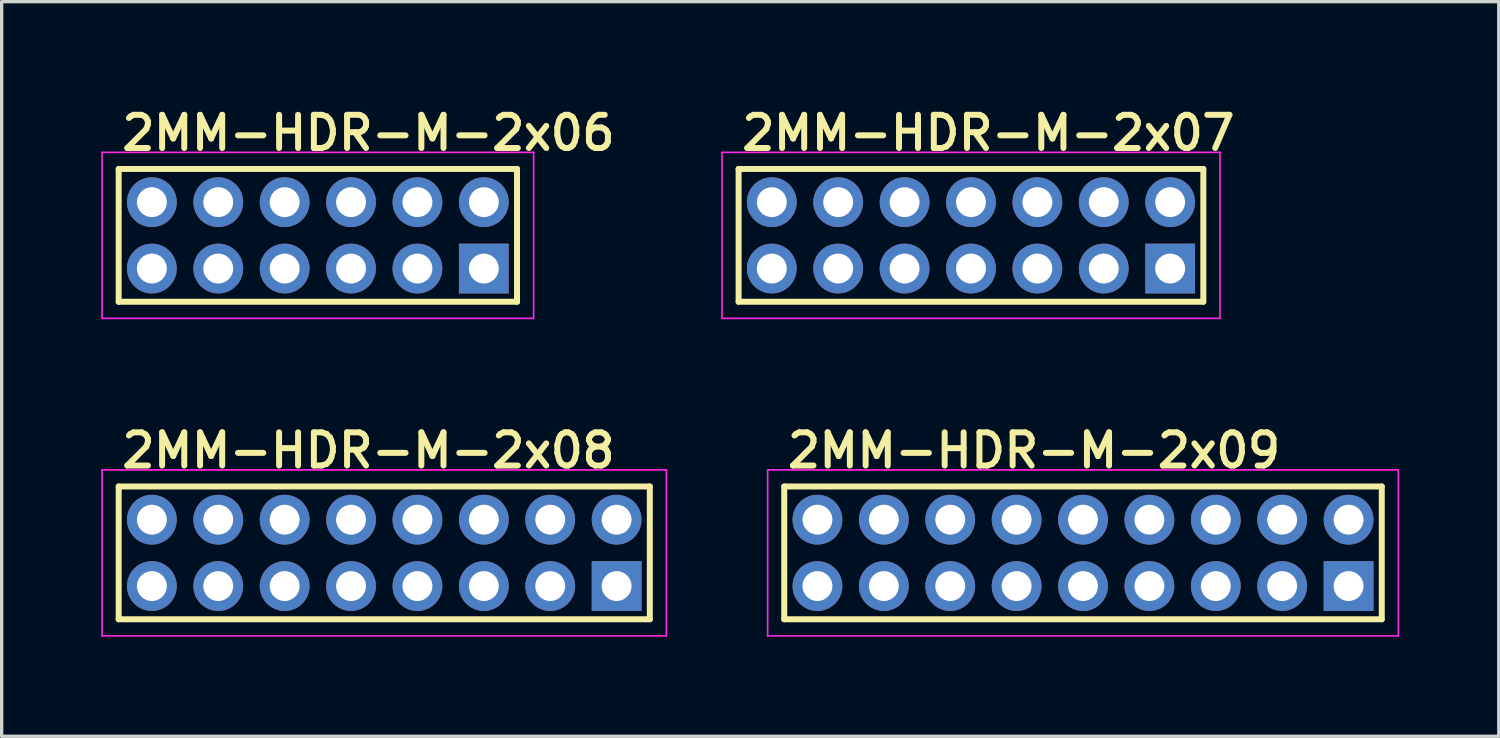
<source format=kicad_pcb>
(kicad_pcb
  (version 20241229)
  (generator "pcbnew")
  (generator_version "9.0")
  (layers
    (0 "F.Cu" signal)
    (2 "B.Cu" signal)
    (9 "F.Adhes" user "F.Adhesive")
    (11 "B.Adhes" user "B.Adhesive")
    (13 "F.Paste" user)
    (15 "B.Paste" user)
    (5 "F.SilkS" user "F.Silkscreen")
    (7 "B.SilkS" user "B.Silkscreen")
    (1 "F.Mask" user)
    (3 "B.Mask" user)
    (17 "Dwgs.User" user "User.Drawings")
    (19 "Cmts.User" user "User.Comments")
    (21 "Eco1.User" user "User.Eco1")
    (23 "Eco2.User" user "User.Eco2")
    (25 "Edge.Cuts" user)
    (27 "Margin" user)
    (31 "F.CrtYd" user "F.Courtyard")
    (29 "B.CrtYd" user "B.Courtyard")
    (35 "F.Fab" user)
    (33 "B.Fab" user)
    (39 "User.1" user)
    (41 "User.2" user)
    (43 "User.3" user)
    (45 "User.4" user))
  (footprint "2MM-HDR-M-2x08"
    (layer "F.Cu")
    (at 8.525 13.605)
    (property "Reference" "2MM-HDR-M-2x08" (at -8 -2.5 0) (layer "F.SilkS") (effects (font (size 1 1) (thickness 0.18)) (justify left bottom)))
    (attr through_hole)
    (fp_line (start -8 -2) (end 8 -2) (stroke (width 0.18) (type solid)) (layer "F.SilkS"))
    (fp_line (start -8 2) (end -8 -2) (stroke (width 0.18) (type solid)) (layer "F.SilkS"))
    (fp_line (start 8 -2) (end 8 2) (stroke (width 0.18) (type solid)) (layer "F.SilkS"))
    (fp_line (start 8 2) (end -8 2) (stroke (width 0.18) (type solid)) (layer "F.SilkS"))
    (fp_line (start -8.5 -2.5) (end 8.5 -2.5) (stroke (width 0.05) (type solid)) (layer "F.CrtYd"))
    (fp_line (start -8.5 2.5) (end -8.5 -2.5) (stroke (width 0.05) (type solid)) (layer "F.CrtYd"))
    (fp_line (start 8.5 -2.5) (end 8.5 2.5) (stroke (width 0.05) (type solid)) (layer "F.CrtYd"))
    (fp_line (start 8.5 2.5) (end -8.5 2.5) (stroke (width 0.05) (type solid)) (layer "F.CrtYd"))
    (pad "1" thru_hole rect (at 7 1) (size 1.5 1.5) (drill 0.9) (layers "*.Cu" "*.Mask"))
    (pad "2" thru_hole circle (at 7 -1) (size 1.5 1.5) (drill 0.9) (layers "*.Cu" "*.Mask"))
    (pad "3" thru_hole circle (at 5 1) (size 1.5 1.5) (drill 0.9) (layers "*.Cu" "*.Mask"))
    (pad "4" thru_hole circle (at 5 -1) (size 1.5 1.5) (drill 0.9) (layers "*.Cu" "*.Mask"))
    (pad "5" thru_hole circle (at 3 1) (size 1.5 1.5) (drill 0.9) (layers "*.Cu" "*.Mask"))
    (pad "6" thru_hole circle (at 3 -1) (size 1.5 1.5) (drill 0.9) (layers "*.Cu" "*.Mask"))
    (pad "7" thru_hole circle (at 1 1) (size 1.5 1.5) (drill 0.9) (layers "*.Cu" "*.Mask"))
    (pad "8" thru_hole circle (at 1 -1) (size 1.5 1.5) (drill 0.9) (layers "*.Cu" "*.Mask"))
    (pad "9" thru_hole circle (at -1 1) (size 1.5 1.5) (drill 0.9) (layers "*.Cu" "*.Mask"))
    (pad "10" thru_hole circle (at -1 -1) (size 1.5 1.5) (drill 0.9) (layers "*.Cu" "*.Mask"))
    (pad "11" thru_hole circle (at -3 1) (size 1.5 1.5) (drill 0.9) (layers "*.Cu" "*.Mask"))
    (pad "12" thru_hole circle (at -3 -1) (size 1.5 1.5) (drill 0.9) (layers "*.Cu" "*.Mask"))
    (pad "13" thru_hole circle (at -5 1) (size 1.5 1.5) (drill 0.9) (layers "*.Cu" "*.Mask"))
    (pad "14" thru_hole circle (at -5 -1) (size 1.5 1.5) (drill 0.9) (layers "*.Cu" "*.Mask"))
    (pad "15" thru_hole circle (at -7 1) (size 1.5 1.5) (drill 0.9) (layers "*.Cu" "*.Mask"))
    (pad "16" thru_hole circle (at -7 -1) (size 1.5 1.5) (drill 0.9) (layers "*.Cu" "*.Mask")))
  (footprint "2MM-HDR-M-2x06"
    (layer "F.Cu")
    (at 6.525 4.04)
    (property "Reference" "2MM-HDR-M-2x06" (at -6 -2.5 0) (layer "F.SilkS") (effects (font (size 1 1) (thickness 0.18)) (justify left bottom)))
    (attr through_hole)
    (fp_line (start -6 -2) (end 6 -2) (stroke (width 0.18) (type solid)) (layer "F.SilkS"))
    (fp_line (start -6 2) (end -6 -2) (stroke (width 0.18) (type solid)) (layer "F.SilkS"))
    (fp_line (start 6 -2) (end 6 2) (stroke (width 0.18) (type solid)) (layer "F.SilkS"))
    (fp_line (start 6 2) (end -6 2) (stroke (width 0.18) (type solid)) (layer "F.SilkS"))
    (fp_line (start -6.5 -2.5) (end 6.5 -2.5) (stroke (width 0.05) (type solid)) (layer "F.CrtYd"))
    (fp_line (start -6.5 2.5) (end -6.5 -2.5) (stroke (width 0.05) (type solid)) (layer "F.CrtYd"))
    (fp_line (start 6.5 -2.5) (end 6.5 2.5) (stroke (width 0.05) (type solid)) (layer "F.CrtYd"))
    (fp_line (start 6.5 2.5) (end -6.5 2.5) (stroke (width 0.05) (type solid)) (layer "F.CrtYd"))
    (pad "1" thru_hole rect (at 5 1) (size 1.5 1.5) (drill 0.9) (layers "*.Cu" "*.Mask"))
    (pad "2" thru_hole circle (at 5 -1) (size 1.5 1.5) (drill 0.9) (layers "*.Cu" "*.Mask"))
    (pad "3" thru_hole circle (at 3 1) (size 1.5 1.5) (drill 0.9) (layers "*.Cu" "*.Mask"))
    (pad "4" thru_hole circle (at 3 -1) (size 1.5 1.5) (drill 0.9) (layers "*.Cu" "*.Mask"))
    (pad "5" thru_hole circle (at 1 1) (size 1.5 1.5) (drill 0.9) (layers "*.Cu" "*.Mask"))
    (pad "6" thru_hole circle (at 1 -1) (size 1.5 1.5) (drill 0.9) (layers "*.Cu" "*.Mask"))
    (pad "7" thru_hole circle (at -1 1) (size 1.5 1.5) (drill 0.9) (layers "*.Cu" "*.Mask"))
    (pad "8" thru_hole circle (at -1 -1) (size 1.5 1.5) (drill 0.9) (layers "*.Cu" "*.Mask"))
    (pad "9" thru_hole circle (at -3 1) (size 1.5 1.5) (drill 0.9) (layers "*.Cu" "*.Mask"))
    (pad "10" thru_hole circle (at -3 -1) (size 1.5 1.5) (drill 0.9) (layers "*.Cu" "*.Mask"))
    (pad "11" thru_hole circle (at -5 1) (size 1.5 1.5) (drill 0.9) (layers "*.Cu" "*.Mask"))
    (pad "12" thru_hole circle (at -5 -1) (size 1.5 1.5) (drill 0.9) (layers "*.Cu" "*.Mask")))
  (footprint "2MM-HDR-M-2x07"
    (layer "F.Cu")
    (at 26.2 4.04)
    (property "Reference" "2MM-HDR-M-2x07" (at -7 -2.5 0) (layer "F.SilkS") (effects (font (size 1 1) (thickness 0.18)) (justify left bottom)))
    (attr through_hole)
    (fp_line (start -7 -2) (end 7 -2) (stroke (width 0.18) (type solid)) (layer "F.SilkS"))
    (fp_line (start -7 2) (end -7 -2) (stroke (width 0.18) (type solid)) (layer "F.SilkS"))
    (fp_line (start 7 -2) (end 7 2) (stroke (width 0.18) (type solid)) (layer "F.SilkS"))
    (fp_line (start 7 2) (end -7 2) (stroke (width 0.18) (type solid)) (layer "F.SilkS"))
    (fp_line (start -7.5 -2.5) (end 7.5 -2.5) (stroke (width 0.05) (type solid)) (layer "F.CrtYd"))
    (fp_line (start -7.5 2.5) (end -7.5 -2.5) (stroke (width 0.05) (type solid)) (layer "F.CrtYd"))
    (fp_line (start 7.5 -2.5) (end 7.5 2.5) (stroke (width 0.05) (type solid)) (layer "F.CrtYd"))
    (fp_line (start 7.5 2.5) (end -7.5 2.5) (stroke (width 0.05) (type solid)) (layer "F.CrtYd"))
    (pad "1" thru_hole rect (at 6 1) (size 1.5 1.5) (drill 0.9) (layers "*.Cu" "*.Mask"))
    (pad "2" thru_hole circle (at 6 -1) (size 1.5 1.5) (drill 0.9) (layers "*.Cu" "*.Mask"))
    (pad "3" thru_hole circle (at 4 1) (size 1.5 1.5) (drill 0.9) (layers "*.Cu" "*.Mask"))
    (pad "4" thru_hole circle (at 4 -1) (size 1.5 1.5) (drill 0.9) (layers "*.Cu" "*.Mask"))
    (pad "5" thru_hole circle (at 2 1) (size 1.5 1.5) (drill 0.9) (layers "*.Cu" "*.Mask"))
    (pad "6" thru_hole circle (at 2 -1) (size 1.5 1.5) (drill 0.9) (layers "*.Cu" "*.Mask"))
    (pad "7" thru_hole circle (at 0 1) (size 1.5 1.5) (drill 0.9) (layers "*.Cu" "*.Mask"))
    (pad "8" thru_hole circle (at 0 -1) (size 1.5 1.5) (drill 0.9) (layers "*.Cu" "*.Mask"))
    (pad "9" thru_hole circle (at -2 1) (size 1.5 1.5) (drill 0.9) (layers "*.Cu" "*.Mask"))
    (pad "10" thru_hole circle (at -2 -1) (size 1.5 1.5) (drill 0.9) (layers "*.Cu" "*.Mask"))
    (pad "11" thru_hole circle (at -4 1) (size 1.5 1.5) (drill 0.9) (layers "*.Cu" "*.Mask"))
    (pad "12" thru_hole circle (at -4 -1) (size 1.5 1.5) (drill 0.9) (layers "*.Cu" "*.Mask"))
    (pad "13" thru_hole circle (at -6 1) (size 1.5 1.5) (drill 0.9) (layers "*.Cu" "*.Mask"))
    (pad "14" thru_hole circle (at -6 -1) (size 1.5 1.5) (drill 0.9) (layers "*.Cu" "*.Mask")))
  (footprint "2MM-HDR-M-2x09"
    (layer "F.Cu")
    (at 29.575 13.605)
    (property "Reference" "2MM-HDR-M-2x09" (at -9 -2.5 0) (layer "F.SilkS") (effects (font (size 1 1) (thickness 0.18)) (justify left bottom)))
    (attr through_hole)
    (fp_line (start -9 -2) (end 9 -2) (stroke (width 0.18) (type solid)) (layer "F.SilkS"))
    (fp_line (start -9 2) (end -9 -2) (stroke (width 0.18) (type solid)) (layer "F.SilkS"))
    (fp_line (start 9 -2) (end 9 2) (stroke (width 0.18) (type solid)) (layer "F.SilkS"))
    (fp_line (start 9 2) (end -9 2) (stroke (width 0.18) (type solid)) (layer "F.SilkS"))
    (fp_line (start -9.5 -2.5) (end 9.5 -2.5) (stroke (width 0.05) (type solid)) (layer "F.CrtYd"))
    (fp_line (start -9.5 2.5) (end -9.5 -2.5) (stroke (width 0.05) (type solid)) (layer "F.CrtYd"))
    (fp_line (start 9.5 -2.5) (end 9.5 2.5) (stroke (width 0.05) (type solid)) (layer "F.CrtYd"))
    (fp_line (start 9.5 2.5) (end -9.5 2.5) (stroke (width 0.05) (type solid)) (layer "F.CrtYd"))
    (pad "1" thru_hole rect (at 8 1) (size 1.5 1.5) (drill 0.9) (layers "*.Cu" "*.Mask"))
    (pad "2" thru_hole circle (at 8 -1) (size 1.5 1.5) (drill 0.9) (layers "*.Cu" "*.Mask"))
    (pad "3" thru_hole circle (at 6 1) (size 1.5 1.5) (drill 0.9) (layers "*.Cu" "*.Mask"))
    (pad "4" thru_hole circle (at 6 -1) (size 1.5 1.5) (drill 0.9) (layers "*.Cu" "*.Mask"))
    (pad "5" thru_hole circle (at 4 1) (size 1.5 1.5) (drill 0.9) (layers "*.Cu" "*.Mask"))
    (pad "6" thru_hole circle (at 4 -1) (size 1.5 1.5) (drill 0.9) (layers "*.Cu" "*.Mask"))
    (pad "7" thru_hole circle (at 2 1) (size 1.5 1.5) (drill 0.9) (layers "*.Cu" "*.Mask"))
    (pad "8" thru_hole circle (at 2 -1) (size 1.5 1.5) (drill 0.9) (layers "*.Cu" "*.Mask"))
    (pad "9" thru_hole circle (at 0 1) (size 1.5 1.5) (drill 0.9) (layers "*.Cu" "*.Mask"))
    (pad "10" thru_hole circle (at 0 -1) (size 1.5 1.5) (drill 0.9) (layers "*.Cu" "*.Mask"))
    (pad "11" thru_hole circle (at -2 1) (size 1.5 1.5) (drill 0.9) (layers "*.Cu" "*.Mask"))
    (pad "12" thru_hole circle (at -2 -1) (size 1.5 1.5) (drill 0.9) (layers "*.Cu" "*.Mask"))
    (pad "13" thru_hole circle (at -4 1) (size 1.5 1.5) (drill 0.9) (layers "*.Cu" "*.Mask"))
    (pad "14" thru_hole circle (at -4 -1) (size 1.5 1.5) (drill 0.9) (layers "*.Cu" "*.Mask"))
    (pad "15" thru_hole circle (at -6 1) (size 1.5 1.5) (drill 0.9) (layers "*.Cu" "*.Mask"))
    (pad "16" thru_hole circle (at -6 -1) (size 1.5 1.5) (drill 0.9) (layers "*.Cu" "*.Mask"))
    (pad "17" thru_hole circle (at -8 1) (size 1.5 1.5) (drill 0.9) (layers "*.Cu" "*.Mask"))
    (pad "18" thru_hole circle (at -8 -1) (size 1.5 1.5) (drill 0.9) (layers "*.Cu" "*.Mask")))
  (gr_rect
    (start -3 -3)
    (end 42.1 19.13)
    (stroke (width 0.1) (type default))
    (fill no)
    (layer "Edge.Cuts")))
</source>
